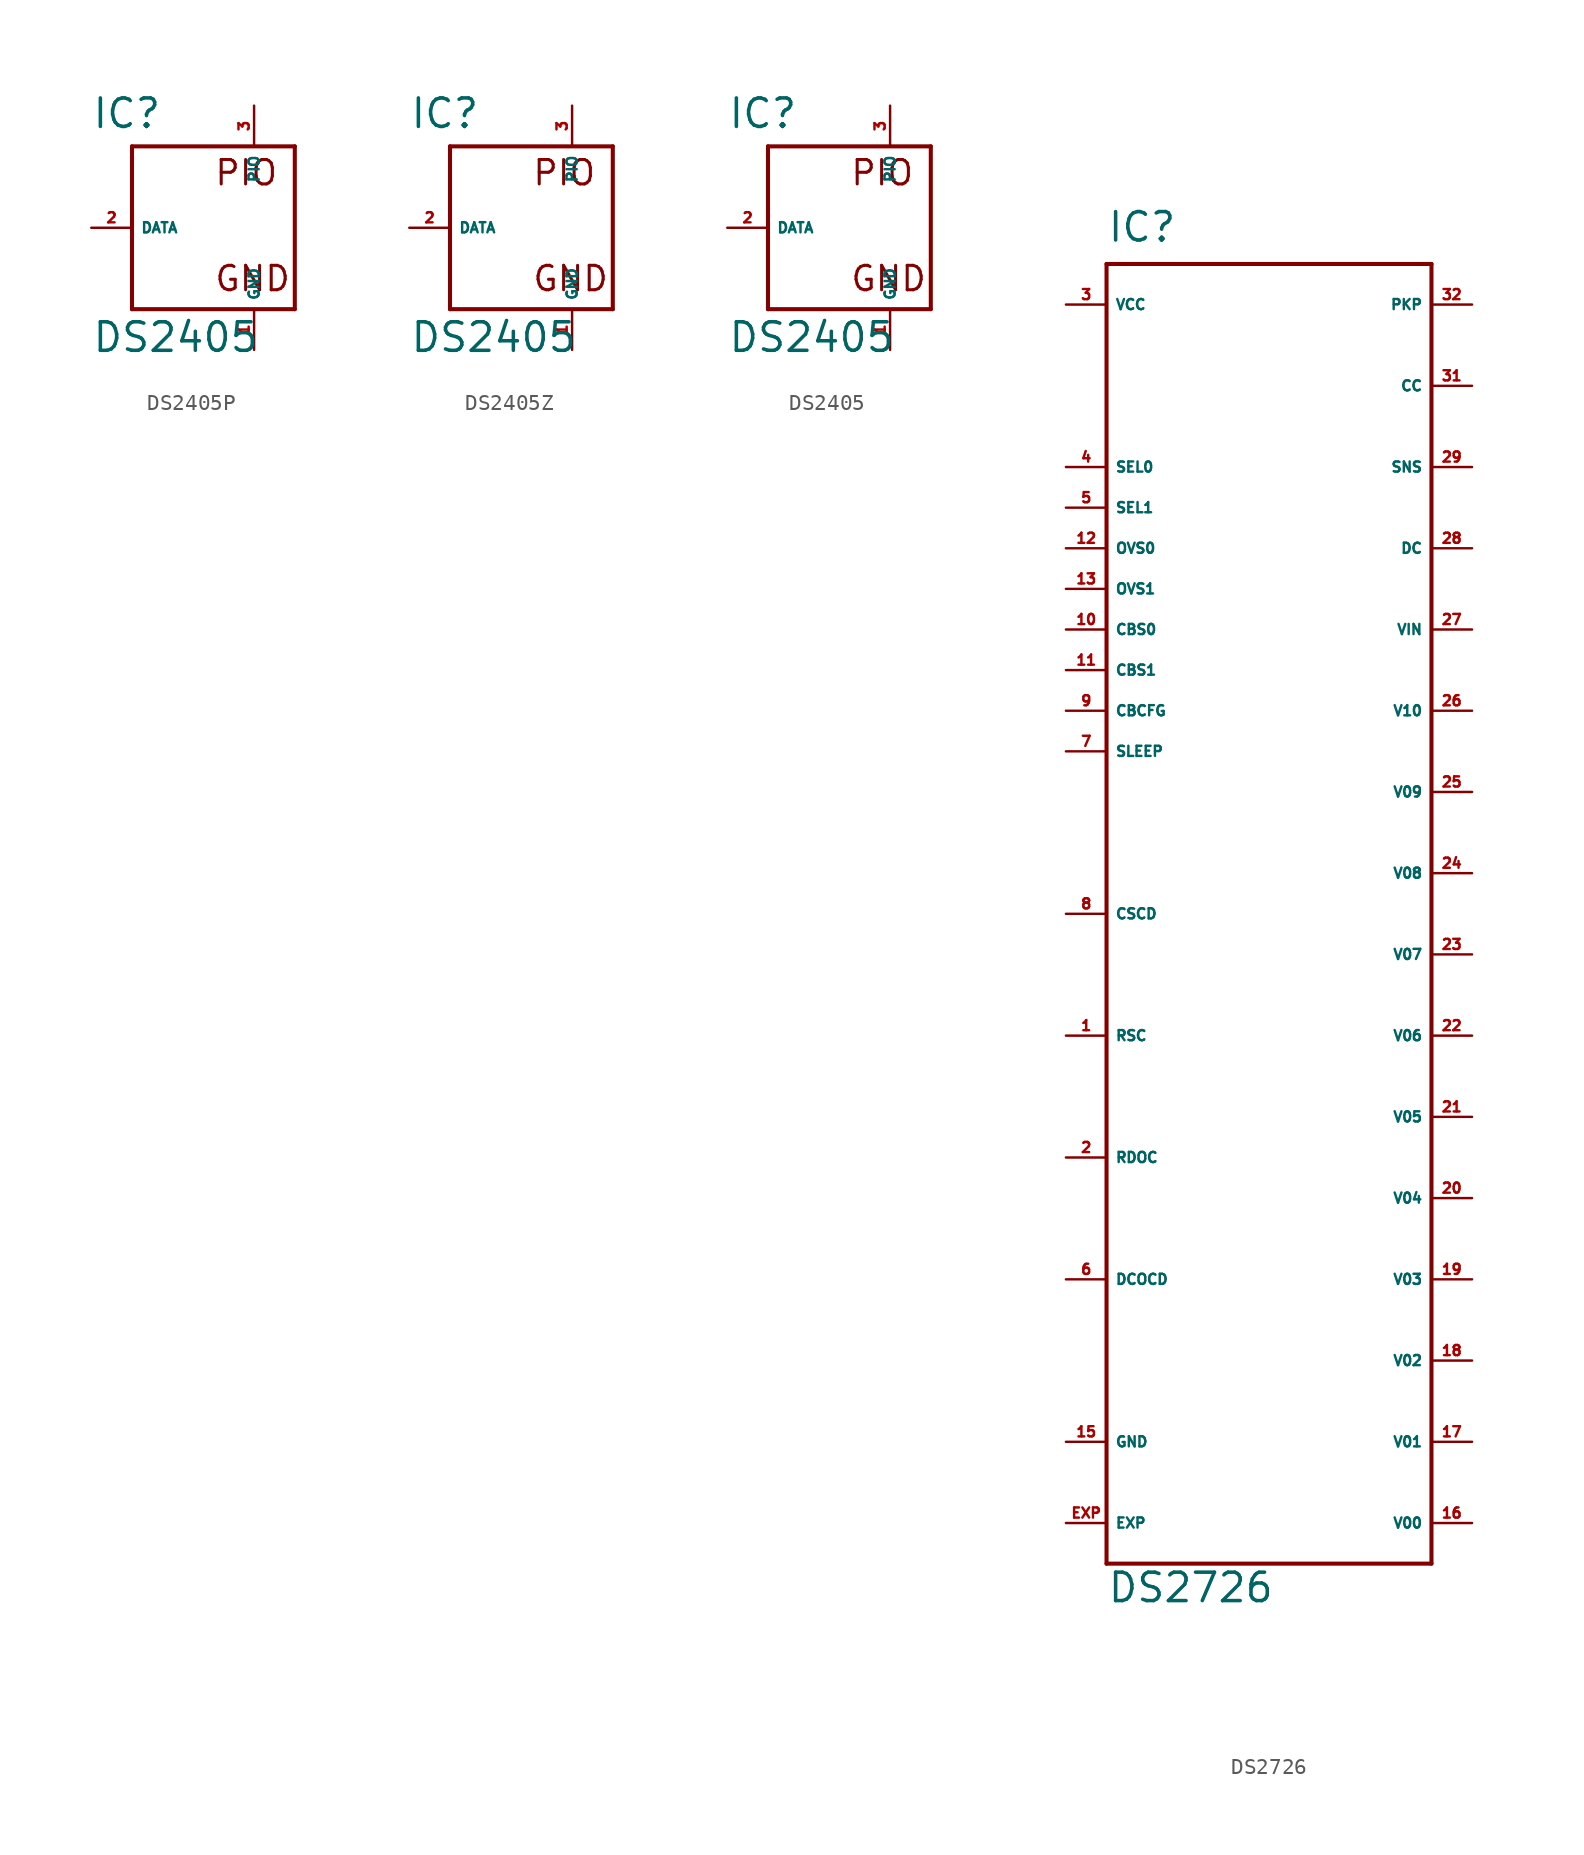
<source format=kicad_sym>
(kicad_symbol_lib
  (version 20220914)
  (generator Eagle2Kicad)
  (symbol "DS2405P"
    (property "Reference" "IC"
      (at -7.62 6.096 0)
      (effects (font (size 1.778 1.778) (thickness 0.22)) (justify left bottom)))
    (property "Value" "DS2405"
      (at -7.62 -7.874 0)
      (effects (font (size 1.778 1.778) (thickness 0.22)) (justify left bottom)))
    (polyline
      (pts (xy -5.08 5.08) (xy -5.08 -5.08))
      (stroke (width 0.254) (type default))
      (fill (type none)))
    (polyline
      (pts (xy -5.08 -5.08) (xy 5.08 -5.08))
      (stroke (width 0.254) (type default))
      (fill (type none)))
    (polyline
      (pts (xy 5.08 -5.08) (xy 5.08 5.08))
      (stroke (width 0.254) (type default))
      (fill (type none)))
    (polyline
      (pts (xy 5.08 5.08) (xy -5.08 5.08))
      (stroke (width 0.254) (type default))
      (fill (type none)))
    (text "PIO"
      (at 0 2.54 0)
      (effects (font (size 1.524 1.524) (thickness 0.19)) (justify left bottom)))
    (text "GND"
      (at 0 -4.064 0)
      (effects (font (size 1.524 1.524) (thickness 0.19)) (justify left bottom)))
    (pin input line
      (at -7.62 0 0)
      (length 2.54)
      (name "DATA" (effects (font (size 0.635 0.635) (thickness 0.08)) (justify left bottom)))
      (number "2" (effects (font (size 0.635 0.635) (thickness 0.08)) (justify left bottom))))
    (pin passive line
      (at 2.54 -7.62 90)
      (length 2.54)
      (name "GND" (effects (font (size 0.635 0.635) (thickness 0.08)) (justify left bottom)))
      (number "1" (effects (font (size 0.635 0.635) (thickness 0.08)) (justify left bottom))))
    (pin passive line
      (at 2.54 7.62 270)
      (length 2.54)
      (name "PIO" (effects (font (size 0.635 0.635) (thickness 0.08)) (justify left bottom)))
      (number "3" (effects (font (size 0.635 0.635) (thickness 0.08)) (justify left bottom)))))
  (symbol "DS2405Z"
    (property "Reference" "IC"
      (at -7.62 6.096 0)
      (effects (font (size 1.778 1.778) (thickness 0.22)) (justify left bottom)))
    (property "Value" "DS2405"
      (at -7.62 -7.874 0)
      (effects (font (size 1.778 1.778) (thickness 0.22)) (justify left bottom)))
    (polyline
      (pts (xy -5.08 5.08) (xy -5.08 -5.08))
      (stroke (width 0.254) (type default))
      (fill (type none)))
    (polyline
      (pts (xy -5.08 -5.08) (xy 5.08 -5.08))
      (stroke (width 0.254) (type default))
      (fill (type none)))
    (polyline
      (pts (xy 5.08 -5.08) (xy 5.08 5.08))
      (stroke (width 0.254) (type default))
      (fill (type none)))
    (polyline
      (pts (xy 5.08 5.08) (xy -5.08 5.08))
      (stroke (width 0.254) (type default))
      (fill (type none)))
    (text "PIO"
      (at 0 2.54 0)
      (effects (font (size 1.524 1.524) (thickness 0.19)) (justify left bottom)))
    (text "GND"
      (at 0 -4.064 0)
      (effects (font (size 1.524 1.524) (thickness 0.19)) (justify left bottom)))
    (pin input line
      (at -7.62 0 0)
      (length 2.54)
      (name "DATA" (effects (font (size 0.635 0.635) (thickness 0.08)) (justify left bottom)))
      (number "2" (effects (font (size 0.635 0.635) (thickness 0.08)) (justify left bottom))))
    (pin passive line
      (at 2.54 -7.62 90)
      (length 2.54)
      (name "GND" (effects (font (size 0.635 0.635) (thickness 0.08)) (justify left bottom)))
      (number "1" (effects (font (size 0.635 0.635) (thickness 0.08)) (justify left bottom))))
    (pin passive line
      (at 2.54 7.62 270)
      (length 2.54)
      (name "PIO" (effects (font (size 0.635 0.635) (thickness 0.08)) (justify left bottom)))
      (number "3" (effects (font (size 0.635 0.635) (thickness 0.08)) (justify left bottom)))))
  (symbol "DS2405"
    (property "Reference" "IC"
      (at -7.62 6.096 0)
      (effects (font (size 1.778 1.778) (thickness 0.22)) (justify left bottom)))
    (property "Value" "DS2405"
      (at -7.62 -7.874 0)
      (effects (font (size 1.778 1.778) (thickness 0.22)) (justify left bottom)))
    (polyline
      (pts (xy -5.08 5.08) (xy -5.08 -5.08))
      (stroke (width 0.254) (type default))
      (fill (type none)))
    (polyline
      (pts (xy -5.08 -5.08) (xy 5.08 -5.08))
      (stroke (width 0.254) (type default))
      (fill (type none)))
    (polyline
      (pts (xy 5.08 -5.08) (xy 5.08 5.08))
      (stroke (width 0.254) (type default))
      (fill (type none)))
    (polyline
      (pts (xy 5.08 5.08) (xy -5.08 5.08))
      (stroke (width 0.254) (type default))
      (fill (type none)))
    (text "PIO"
      (at 0 2.54 0)
      (effects (font (size 1.524 1.524) (thickness 0.19)) (justify left bottom)))
    (text "GND"
      (at 0 -4.064 0)
      (effects (font (size 1.524 1.524) (thickness 0.19)) (justify left bottom)))
    (pin input line
      (at -7.62 0 0)
      (length 2.54)
      (name "DATA" (effects (font (size 0.635 0.635) (thickness 0.08)) (justify left bottom)))
      (number "2" (effects (font (size 0.635 0.635) (thickness 0.08)) (justify left bottom))))
    (pin passive line
      (at 2.54 -7.62 90)
      (length 2.54)
      (name "GND" (effects (font (size 0.635 0.635) (thickness 0.08)) (justify left bottom)))
      (number "1" (effects (font (size 0.635 0.635) (thickness 0.08)) (justify left bottom))))
    (pin passive line
      (at 2.54 7.62 270)
      (length 2.54)
      (name "PIO" (effects (font (size 0.635 0.635) (thickness 0.08)) (justify left bottom)))
      (number "3" (effects (font (size 0.635 0.635) (thickness 0.08)) (justify left bottom)))))
  (symbol "DS2726"
    (property "Reference" "IC"
      (at -10.16 41.91 0)
      (effects (font (size 1.778 1.778) (thickness 0.22)) (justify left bottom)))
    (property "Value" "DS2726"
      (at -10.16 -43.18 0)
      (effects (font (size 1.778 1.778) (thickness 0.22)) (justify left bottom)))
    (polyline
      (pts (xy -10.16 40.64) (xy 10.16 40.64))
      (stroke (width 0.254) (type default))
      (fill (type none)))
    (polyline
      (pts (xy 10.16 40.64) (xy 10.16 -40.64))
      (stroke (width 0.254) (type default))
      (fill (type none)))
    (polyline
      (pts (xy 10.16 -40.64) (xy -10.16 -40.64))
      (stroke (width 0.254) (type default))
      (fill (type none)))
    (polyline
      (pts (xy -10.16 -40.64) (xy -10.16 40.64))
      (stroke (width 0.254) (type default))
      (fill (type none)))
    (pin input line
      (at 12.7 38.1 180)
      (length 2.54)
      (name "PKP" (effects (font (size 0.635 0.635) (thickness 0.08)) (justify left bottom)))
      (number "32" (effects (font (size 0.635 0.635) (thickness 0.08)) (justify left bottom))))
    (pin output line
      (at 12.7 33.02 180)
      (length 2.54)
      (name "CC" (effects (font (size 0.635 0.635) (thickness 0.08)) (justify left bottom)))
      (number "31" (effects (font (size 0.635 0.635) (thickness 0.08)) (justify left bottom))))
    (pin input line
      (at 12.7 27.94 180)
      (length 2.54)
      (name "SNS" (effects (font (size 0.635 0.635) (thickness 0.08)) (justify left bottom)))
      (number "29" (effects (font (size 0.635 0.635) (thickness 0.08)) (justify left bottom))))
    (pin output line
      (at 12.7 22.86 180)
      (length 2.54)
      (name "DC" (effects (font (size 0.635 0.635) (thickness 0.08)) (justify left bottom)))
      (number "28" (effects (font (size 0.635 0.635) (thickness 0.08)) (justify left bottom))))
    (pin input line
      (at 12.7 17.78 180)
      (length 2.54)
      (name "VIN" (effects (font (size 0.635 0.635) (thickness 0.08)) (justify left bottom)))
      (number "27" (effects (font (size 0.635 0.635) (thickness 0.08)) (justify left bottom))))
    (pin unspecified line
      (at -12.7 38.1 0)
      (length 2.54)
      (name "VCC" (effects (font (size 0.635 0.635) (thickness 0.08)) (justify left bottom)))
      (number "3" (effects (font (size 0.635 0.635) (thickness 0.08)) (justify left bottom))))
    (pin input line
      (at -12.7 27.94 0)
      (length 2.54)
      (name "SEL0" (effects (font (size 0.635 0.635) (thickness 0.08)) (justify left bottom)))
      (number "4" (effects (font (size 0.635 0.635) (thickness 0.08)) (justify left bottom))))
    (pin input line
      (at -12.7 25.4 0)
      (length 2.54)
      (name "SEL1" (effects (font (size 0.635 0.635) (thickness 0.08)) (justify left bottom)))
      (number "5" (effects (font (size 0.635 0.635) (thickness 0.08)) (justify left bottom))))
    (pin input line
      (at -12.7 22.86 0)
      (length 2.54)
      (name "OVS0" (effects (font (size 0.635 0.635) (thickness 0.08)) (justify left bottom)))
      (number "12" (effects (font (size 0.635 0.635) (thickness 0.08)) (justify left bottom))))
    (pin input line
      (at -12.7 20.32 0)
      (length 2.54)
      (name "OVS1" (effects (font (size 0.635 0.635) (thickness 0.08)) (justify left bottom)))
      (number "13" (effects (font (size 0.635 0.635) (thickness 0.08)) (justify left bottom))))
    (pin input line
      (at -12.7 17.78 0)
      (length 2.54)
      (name "CBS0" (effects (font (size 0.635 0.635) (thickness 0.08)) (justify left bottom)))
      (number "10" (effects (font (size 0.635 0.635) (thickness 0.08)) (justify left bottom))))
    (pin input line
      (at -12.7 15.24 0)
      (length 2.54)
      (name "CBS1" (effects (font (size 0.635 0.635) (thickness 0.08)) (justify left bottom)))
      (number "11" (effects (font (size 0.635 0.635) (thickness 0.08)) (justify left bottom))))
    (pin input line
      (at -12.7 12.7 0)
      (length 2.54)
      (name "CBCFG" (effects (font (size 0.635 0.635) (thickness 0.08)) (justify left bottom)))
      (number "9" (effects (font (size 0.635 0.635) (thickness 0.08)) (justify left bottom))))
    (pin input line
      (at -12.7 10.16 0)
      (length 2.54)
      (name "SLEEP" (effects (font (size 0.635 0.635) (thickness 0.08)) (justify left bottom)))
      (number "7" (effects (font (size 0.635 0.635) (thickness 0.08)) (justify left bottom))))
    (pin input line
      (at -12.7 0 0)
      (length 2.54)
      (name "CSCD" (effects (font (size 0.635 0.635) (thickness 0.08)) (justify left bottom)))
      (number "8" (effects (font (size 0.635 0.635) (thickness 0.08)) (justify left bottom))))
    (pin input line
      (at -12.7 -7.62 0)
      (length 2.54)
      (name "RSC" (effects (font (size 0.635 0.635) (thickness 0.08)) (justify left bottom)))
      (number "1" (effects (font (size 0.635 0.635) (thickness 0.08)) (justify left bottom))))
    (pin input line
      (at -12.7 -15.24 0)
      (length 2.54)
      (name "RDOC" (effects (font (size 0.635 0.635) (thickness 0.08)) (justify left bottom)))
      (number "2" (effects (font (size 0.635 0.635) (thickness 0.08)) (justify left bottom))))
    (pin input line
      (at -12.7 -22.86 0)
      (length 2.54)
      (name "DCOCD" (effects (font (size 0.635 0.635) (thickness 0.08)) (justify left bottom)))
      (number "6" (effects (font (size 0.635 0.635) (thickness 0.08)) (justify left bottom))))
    (pin unspecified line
      (at -12.7 -33.02 0)
      (length 2.54)
      (name "GND" (effects (font (size 0.635 0.635) (thickness 0.08)) (justify left bottom)))
      (number "15" (effects (font (size 0.635 0.635) (thickness 0.08)) (justify left bottom))))
    (pin passive line
      (at 12.7 -38.1 180)
      (length 2.54)
      (name "V00" (effects (font (size 0.635 0.635) (thickness 0.08)) (justify left bottom)))
      (number "16" (effects (font (size 0.635 0.635) (thickness 0.08)) (justify left bottom))))
    (pin passive line
      (at 12.7 -33.02 180)
      (length 2.54)
      (name "V01" (effects (font (size 0.635 0.635) (thickness 0.08)) (justify left bottom)))
      (number "17" (effects (font (size 0.635 0.635) (thickness 0.08)) (justify left bottom))))
    (pin passive line
      (at 12.7 -27.94 180)
      (length 2.54)
      (name "V02" (effects (font (size 0.635 0.635) (thickness 0.08)) (justify left bottom)))
      (number "18" (effects (font (size 0.635 0.635) (thickness 0.08)) (justify left bottom))))
    (pin passive line
      (at 12.7 -22.86 180)
      (length 2.54)
      (name "V03" (effects (font (size 0.635 0.635) (thickness 0.08)) (justify left bottom)))
      (number "19" (effects (font (size 0.635 0.635) (thickness 0.08)) (justify left bottom))))
    (pin passive line
      (at 12.7 -17.78 180)
      (length 2.54)
      (name "V04" (effects (font (size 0.635 0.635) (thickness 0.08)) (justify left bottom)))
      (number "20" (effects (font (size 0.635 0.635) (thickness 0.08)) (justify left bottom))))
    (pin passive line
      (at 12.7 -12.7 180)
      (length 2.54)
      (name "V05" (effects (font (size 0.635 0.635) (thickness 0.08)) (justify left bottom)))
      (number "21" (effects (font (size 0.635 0.635) (thickness 0.08)) (justify left bottom))))
    (pin passive line
      (at 12.7 -7.62 180)
      (length 2.54)
      (name "V06" (effects (font (size 0.635 0.635) (thickness 0.08)) (justify left bottom)))
      (number "22" (effects (font (size 0.635 0.635) (thickness 0.08)) (justify left bottom))))
    (pin passive line
      (at 12.7 -2.54 180)
      (length 2.54)
      (name "V07" (effects (font (size 0.635 0.635) (thickness 0.08)) (justify left bottom)))
      (number "23" (effects (font (size 0.635 0.635) (thickness 0.08)) (justify left bottom))))
    (pin passive line
      (at 12.7 2.54 180)
      (length 2.54)
      (name "V08" (effects (font (size 0.635 0.635) (thickness 0.08)) (justify left bottom)))
      (number "24" (effects (font (size 0.635 0.635) (thickness 0.08)) (justify left bottom))))
    (pin passive line
      (at 12.7 7.62 180)
      (length 2.54)
      (name "V09" (effects (font (size 0.635 0.635) (thickness 0.08)) (justify left bottom)))
      (number "25" (effects (font (size 0.635 0.635) (thickness 0.08)) (justify left bottom))))
    (pin passive line
      (at 12.7 12.7 180)
      (length 2.54)
      (name "V10" (effects (font (size 0.635 0.635) (thickness 0.08)) (justify left bottom)))
      (number "26" (effects (font (size 0.635 0.635) (thickness 0.08)) (justify left bottom))))
    (pin passive line
      (at -12.7 -38.1 0)
      (length 2.54)
      (name "EXP" (effects (font (size 0.635 0.635) (thickness 0.08)) (justify left bottom)))
      (number "EXP" (effects (font (size 0.635 0.635) (thickness 0.08)) (justify left bottom))))))
</source>
